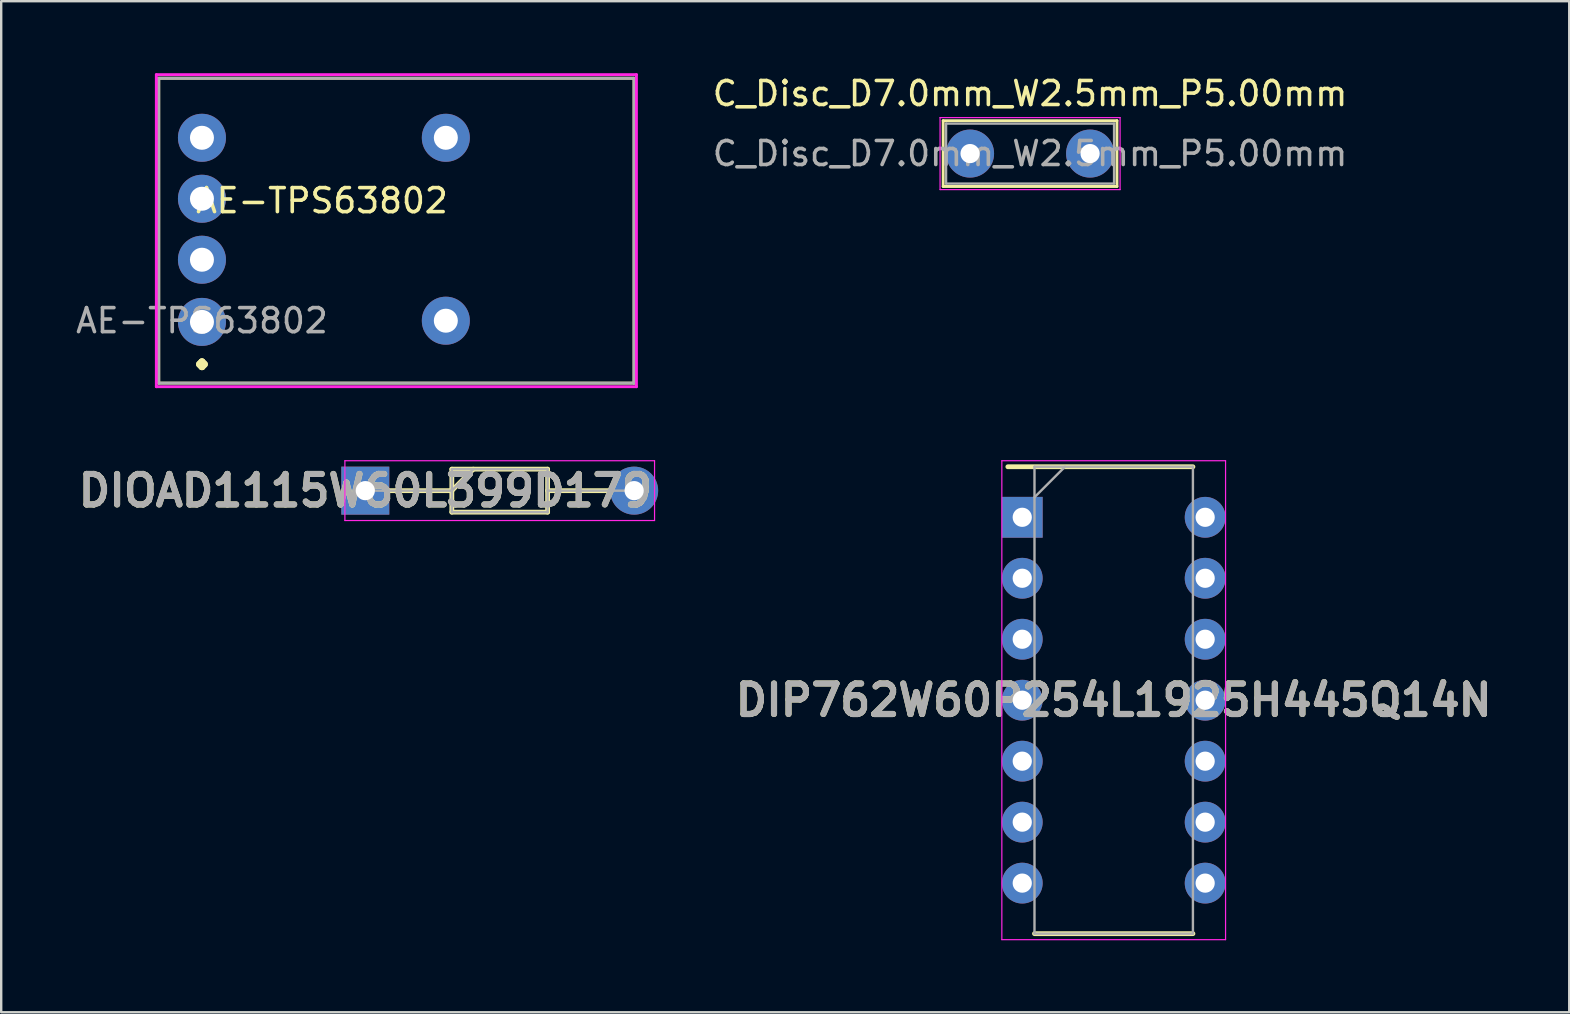
<source format=kicad_pcb>
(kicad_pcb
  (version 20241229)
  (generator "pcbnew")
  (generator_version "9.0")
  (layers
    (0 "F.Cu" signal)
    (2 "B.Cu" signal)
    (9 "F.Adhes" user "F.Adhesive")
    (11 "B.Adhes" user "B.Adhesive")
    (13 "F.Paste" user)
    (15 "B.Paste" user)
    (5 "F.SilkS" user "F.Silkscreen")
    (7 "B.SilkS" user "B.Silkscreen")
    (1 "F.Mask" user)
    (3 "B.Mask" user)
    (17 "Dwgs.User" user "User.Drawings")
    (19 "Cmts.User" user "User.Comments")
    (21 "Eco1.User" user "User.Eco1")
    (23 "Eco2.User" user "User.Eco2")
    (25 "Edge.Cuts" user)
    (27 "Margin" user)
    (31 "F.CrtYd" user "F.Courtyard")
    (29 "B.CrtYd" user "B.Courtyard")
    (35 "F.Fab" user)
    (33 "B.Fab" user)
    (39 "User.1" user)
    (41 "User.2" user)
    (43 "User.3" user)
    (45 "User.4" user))
  (footprint "AE-TPS63802"
    (layer "F.Cu")
    (at 5.363 10.31)
    (property "Reference" "AE-TPS63802" (at 5 -5 0) (layer "F.SilkS") (effects (font (size 1 1) (thickness 0.15))))
    (attr through_hole)
    (fp_line (start -1.8 -10.1) (end 18 -10.1) (stroke (width 0.12) (type solid)) (layer "F.SilkS"))
    (fp_line (start -1.8 2.6) (end -1.8 -10.1) (stroke (width 0.12) (type solid)) (layer "F.SilkS"))
    (fp_line (start 18 -10.1) (end 18 2.6) (stroke (width 0.12) (type solid)) (layer "F.SilkS"))
    (fp_line (start 18 2.6) (end -1.8 2.6) (stroke (width 0.12) (type solid)) (layer "F.SilkS"))
    (fp_line (start -1.9 -10.25) (end 18.1 -10.25) (stroke (width 0.12) (type solid)) (layer "F.CrtYd"))
    (fp_line (start -1.9 2.75) (end -1.9 -10.25) (stroke (width 0.12) (type solid)) (layer "F.CrtYd"))
    (fp_line (start 18.1 -10.25) (end 18.1 2.75) (stroke (width 0.12) (type solid)) (layer "F.CrtYd"))
    (fp_line (start 18.1 2.75) (end -1.9 2.75) (stroke (width 0.12) (type solid)) (layer "F.CrtYd"))
    (fp_line (start -1.8 -10.1) (end 18 -10.1) (stroke (width 0.12) (type solid)) (layer "F.Fab"))
    (fp_line (start -1.8 2.6) (end -1.8 -10.1) (stroke (width 0.12) (type solid)) (layer "F.Fab"))
    (fp_line (start 18 -10.1) (end 18 2.6) (stroke (width 0.12) (type solid)) (layer "F.Fab"))
    (fp_line (start 18 2.6) (end -1.8 2.6) (stroke (width 0.12) (type solid)) (layer "F.Fab"))
    (fp_text user "." (at 0 1 0) (unlocked yes) (layer "F.SilkS") (effects (font (size 2 2) (thickness 0.3))))
    (fp_text user "${REFERENCE}" (at 0 0 0) (layer "F.Fab") (effects (font (size 1 1) (thickness 0.15))))
    (pad "" thru_hole circle (at 10.16 -7.62) (size 2 2) (drill 1) (layers "*.Cu" "*.Mask"))
    (pad "" thru_hole circle (at 10.16 0) (size 2 2) (drill 1) (layers "*.Cu" "*.Mask"))
    (pad "1" thru_hole circle (at 0 0.05) (size 2 2) (drill 1) (layers "*.Cu" "*.Mask"))
    (pad "2" thru_hole circle (at 0 -2.54) (size 2 2) (drill 1) (layers "*.Cu" "*.Mask"))
    (pad "3" thru_hole circle (at 0 -5.08) (size 2 2) (drill 1) (layers "*.Cu" "*.Mask"))
    (pad "4" thru_hole circle (at 0 -7.62) (size 2 2) (drill 1) (layers "*.Cu" "*.Mask")))
  (footprint "C_Disc_D7.0mm_W2.5mm_P5.00mm"
    (layer "F.Cu")
    (at 37.362 3.348)
    (property "Reference" "C_Disc_D7.0mm_W2.5mm_P5.00mm" (at 2.5 -2.5 0) (layer "F.SilkS") (effects (font (size 1 1) (thickness 0.15))))
    (attr through_hole)
    (fp_line (start -1.12 -1.37) (end -1.12 1.37) (stroke (width 0.12) (type solid)) (layer "F.SilkS"))
    (fp_line (start -1.12 -1.37) (end 6.12 -1.37) (stroke (width 0.12) (type solid)) (layer "F.SilkS"))
    (fp_line (start -1.12 1.37) (end 6.12 1.37) (stroke (width 0.12) (type solid)) (layer "F.SilkS"))
    (fp_line (start 6.12 -1.37) (end 6.12 1.37) (stroke (width 0.12) (type solid)) (layer "F.SilkS"))
    (fp_line (start -1.25 -1.5) (end -1.25 1.5) (stroke (width 0.05) (type solid)) (layer "F.CrtYd"))
    (fp_line (start -1.25 1.5) (end 6.25 1.5) (stroke (width 0.05) (type solid)) (layer "F.CrtYd"))
    (fp_line (start 6.25 -1.5) (end -1.25 -1.5) (stroke (width 0.05) (type solid)) (layer "F.CrtYd"))
    (fp_line (start 6.25 1.5) (end 6.25 -1.5) (stroke (width 0.05) (type solid)) (layer "F.CrtYd"))
    (fp_line (start -1 -1.25) (end -1 1.25) (stroke (width 0.1) (type solid)) (layer "F.Fab"))
    (fp_line (start -1 1.25) (end 6 1.25) (stroke (width 0.1) (type solid)) (layer "F.Fab"))
    (fp_line (start 6 -1.25) (end -1 -1.25) (stroke (width 0.1) (type solid)) (layer "F.Fab"))
    (fp_line (start 6 1.25) (end 6 -1.25) (stroke (width 0.1) (type solid)) (layer "F.Fab"))
    (fp_text user "${REFERENCE}" (at 2.5 0 0) (layer "F.Fab") (effects (font (size 1 1) (thickness 0.15))))
    (pad "1" thru_hole circle (at 0 0) (size 2 2) (drill 0.8) (layers "*.Cu" "*.Mask"))
    (pad "2" thru_hole circle (at 5 0) (size 2 2) (drill 0.8) (layers "*.Cu" "*.Mask")))
  (footprint "DIOAD1115W60L399D179"
    (layer "F.Cu")
    (at 12.168 17.39)
    (property "Reference" "DIOAD1115W60L399D179" (at 0 0 0) (layer "F.SilkS") (effects (font (size 1.27 1.27) (thickness 0.254))))
    (attr through_hole)
    (fp_line (start 0.95 0) (end 3.605 0) (stroke (width 0.2) (type solid)) (layer "F.SilkS"))
    (fp_line (start 3.605 -0.895) (end 7.595 -0.895) (stroke (width 0.2) (type solid)) (layer "F.SilkS"))
    (fp_line (start 3.605 0) (end 4.5 -0.895) (stroke (width 0.2) (type solid)) (layer "F.SilkS"))
    (fp_line (start 3.605 0.895) (end 3.605 -0.895) (stroke (width 0.2) (type solid)) (layer "F.SilkS"))
    (fp_line (start 7.595 -0.895) (end 7.595 0.895) (stroke (width 0.2) (type solid)) (layer "F.SilkS"))
    (fp_line (start 7.595 0) (end 10.25 0) (stroke (width 0.2) (type solid)) (layer "F.SilkS"))
    (fp_line (start 7.595 0.895) (end 3.605 0.895) (stroke (width 0.2) (type solid)) (layer "F.SilkS"))
    (fp_line (start -0.85 -1.245) (end 12.05 -1.245) (stroke (width 0.05) (type solid)) (layer "F.CrtYd"))
    (fp_line (start -0.85 1.245) (end -0.85 -1.245) (stroke (width 0.05) (type solid)) (layer "F.CrtYd"))
    (fp_line (start 12.05 -1.245) (end 12.05 1.245) (stroke (width 0.05) (type solid)) (layer "F.CrtYd"))
    (fp_line (start 12.05 1.245) (end -0.85 1.245) (stroke (width 0.05) (type solid)) (layer "F.CrtYd"))
    (fp_line (start 0 0) (end 3.605 0) (stroke (width 0.1) (type solid)) (layer "F.Fab"))
    (fp_line (start 3.605 -0.895) (end 7.595 -0.895) (stroke (width 0.1) (type solid)) (layer "F.Fab"))
    (fp_line (start 3.605 0) (end 4.5 -0.895) (stroke (width 0.1) (type solid)) (layer "F.Fab"))
    (fp_line (start 3.605 0.895) (end 3.605 -0.895) (stroke (width 0.1) (type solid)) (layer "F.Fab"))
    (fp_line (start 7.595 -0.895) (end 7.595 0.895) (stroke (width 0.1) (type solid)) (layer "F.Fab"))
    (fp_line (start 7.595 0) (end 11.2 0) (stroke (width 0.1) (type solid)) (layer "F.Fab"))
    (fp_line (start 7.595 0.895) (end 3.605 0.895) (stroke (width 0.1) (type solid)) (layer "F.Fab"))
    (fp_text user "${REFERENCE}" (at 0 0 0) (layer "F.Fab") (effects (font (size 1.27 1.27) (thickness 0.254))))
    (pad "1" thru_hole rect (at 0 0) (size 2 2) (drill 0.8) (layers "*.Cu" "*.Mask"))
    (pad "2" thru_hole circle (at 11.2 0) (size 2 2) (drill 0.8) (layers "*.Cu" "*.Mask")))
  (footprint "DIP762W60P254L1925H445Q14N"
    (layer "F.Cu")
    (at 43.346 26.12)
    (property "Reference" "DIP762W60P254L1925H445Q14N" (at 0 0 0) (layer "F.SilkS") (effects (font (size 1.27 1.27) (thickness 0.254))))
    (attr through_hole)
    (fp_line (start -4.41 -9.725) (end 3.3 -9.725) (stroke (width 0.2) (type solid)) (layer "F.SilkS"))
    (fp_line (start -3.3 9.725) (end 3.3 9.725) (stroke (width 0.2) (type solid)) (layer "F.SilkS"))
    (fp_line (start -4.66 -9.975) (end 4.66 -9.975) (stroke (width 0.05) (type solid)) (layer "F.CrtYd"))
    (fp_line (start -4.66 9.975) (end -4.66 -9.975) (stroke (width 0.05) (type solid)) (layer "F.CrtYd"))
    (fp_line (start 4.66 -9.975) (end 4.66 9.975) (stroke (width 0.05) (type solid)) (layer "F.CrtYd"))
    (fp_line (start 4.66 9.975) (end -4.66 9.975) (stroke (width 0.05) (type solid)) (layer "F.CrtYd"))
    (fp_line (start -3.3 -9.725) (end 3.3 -9.725) (stroke (width 0.1) (type solid)) (layer "F.Fab"))
    (fp_line (start -3.3 -8.455) (end -2.03 -9.725) (stroke (width 0.1) (type solid)) (layer "F.Fab"))
    (fp_line (start -3.3 9.725) (end -3.3 -9.725) (stroke (width 0.1) (type solid)) (layer "F.Fab"))
    (fp_line (start 3.3 -9.725) (end 3.3 9.725) (stroke (width 0.1) (type solid)) (layer "F.Fab"))
    (fp_line (start 3.3 9.725) (end -3.3 9.725) (stroke (width 0.1) (type solid)) (layer "F.Fab"))
    (fp_text user "${REFERENCE}" (at 0 0 0) (layer "F.Fab") (effects (font (size 1.27 1.27) (thickness 0.254))))
    (pad "1" thru_hole rect (at -3.81 -7.62) (size 1.7 1.7) (drill 0.8) (layers "*.Cu" "*.Mask"))
    (pad "2" thru_hole circle (at -3.81 -5.08) (size 1.7 1.7) (drill 0.8) (layers "*.Cu" "*.Mask"))
    (pad "3" thru_hole circle (at -3.81 -2.54) (size 1.7 1.7) (drill 0.8) (layers "*.Cu" "*.Mask"))
    (pad "4" thru_hole circle (at -3.81 0) (size 1.7 1.7) (drill 0.8) (layers "*.Cu" "*.Mask"))
    (pad "5" thru_hole circle (at -3.81 2.54) (size 1.7 1.7) (drill 0.8) (layers "*.Cu" "*.Mask"))
    (pad "6" thru_hole circle (at -3.81 5.08) (size 1.7 1.7) (drill 0.8) (layers "*.Cu" "*.Mask"))
    (pad "7" thru_hole circle (at -3.81 7.62) (size 1.7 1.7) (drill 0.8) (layers "*.Cu" "*.Mask"))
    (pad "8" thru_hole circle (at 3.81 7.62) (size 1.7 1.7) (drill 0.8) (layers "*.Cu" "*.Mask"))
    (pad "9" thru_hole circle (at 3.81 5.08) (size 1.7 1.7) (drill 0.8) (layers "*.Cu" "*.Mask"))
    (pad "10" thru_hole circle (at 3.81 2.54) (size 1.7 1.7) (drill 0.8) (layers "*.Cu" "*.Mask"))
    (pad "11" thru_hole circle (at 3.81 0) (size 1.7 1.7) (drill 0.8) (layers "*.Cu" "*.Mask"))
    (pad "12" thru_hole circle (at 3.81 -2.54) (size 1.7 1.7) (drill 0.8) (layers "*.Cu" "*.Mask"))
    (pad "13" thru_hole circle (at 3.81 -5.08) (size 1.7 1.7) (drill 0.8) (layers "*.Cu" "*.Mask"))
    (pad "14" thru_hole circle (at 3.81 -7.62) (size 1.7 1.7) (drill 0.8) (layers "*.Cu" "*.Mask")))
  (gr_rect
    (start -3 -3)
    (end 62.323 39.12)
    (stroke (width 0.1) (type default))
    (fill no)
    (layer "Edge.Cuts")))
</source>
